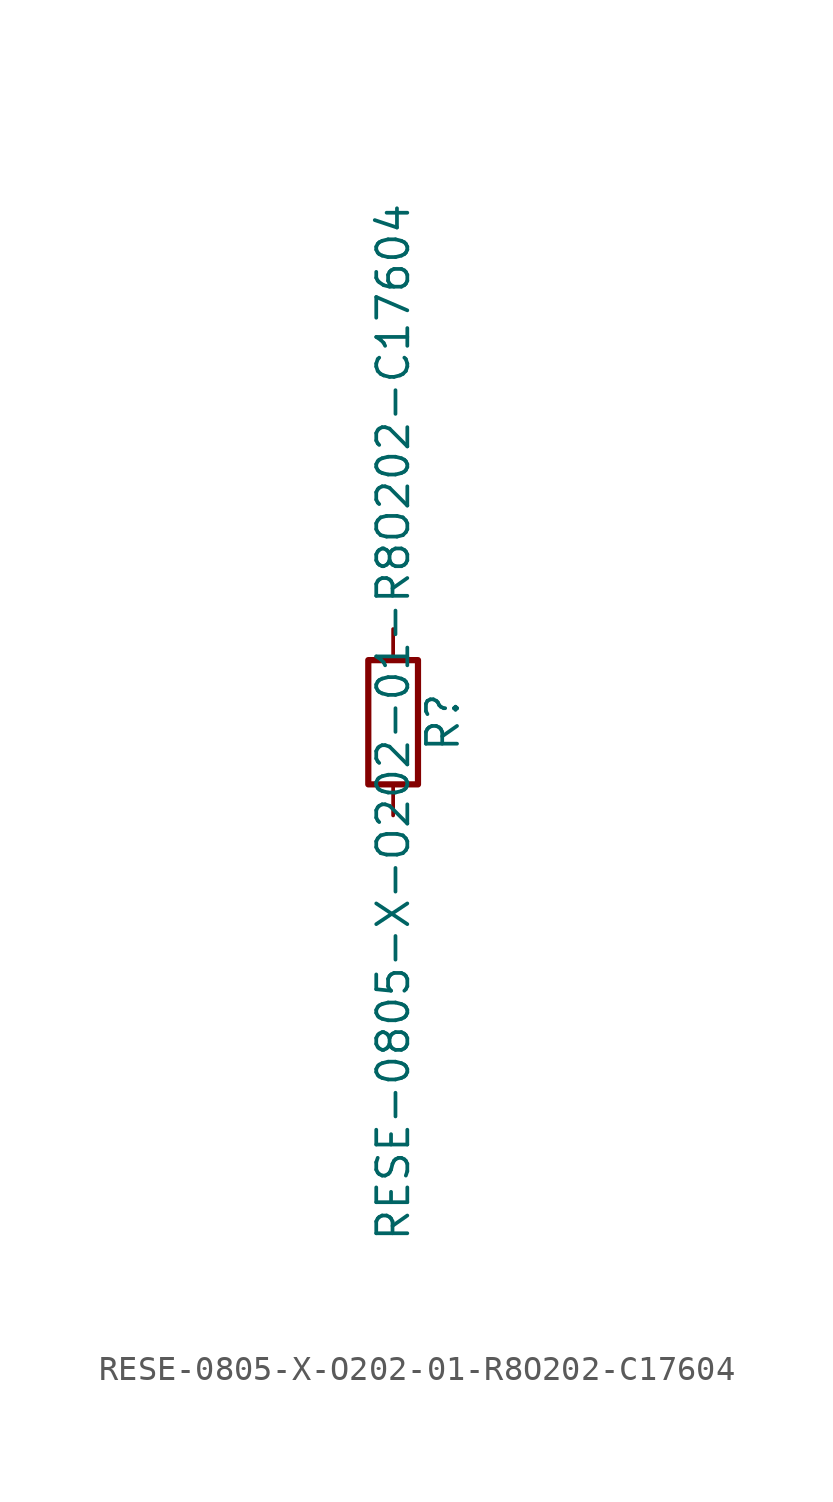
<source format=kicad_sym>
(kicad_symbol_lib
  (version 20211014)
  (generator kicad_symbol_editor)
  (symbol "RESE-0805-X-O202-01-R8O202-C17604"
    (pin_numbers hide)
    (pin_names
      (offset 0))
    (property "Reference" "R"
      (at 2.032 0 90)
      (effects (font (size 1.27 1.27))))
    (property "Value" "RESE-0805-X-O202-01-R8O202-C17604"
      (at 0 0 90)
      (effects (font (size 1.27 1.27))))
    (symbol "RESE-0805-X-O202-01-R8O202-C17604_0_1"
      (rectangle (start -1.016 -2.54) (end 1.016 2.54) (stroke (width 0.254) (type default) (color 0 0 0 0)) (fill (type none))))
    (symbol "RESE-0805-X-O202-01-R8O202-C17604_1_1"
      (pin passive line (at 0 3.81 270) (length 1.27) (name "~" (effects (font (size 1.27 1.27)))) (number "1" (effects (font (size 1.27 1.27)))))
      (pin passive line (at 0 -3.81 90) (length 1.27) (name "~" (effects (font (size 1.27 1.27)))) (number "2" (effects (font (size 1.27 1.27))))))))
</source>
